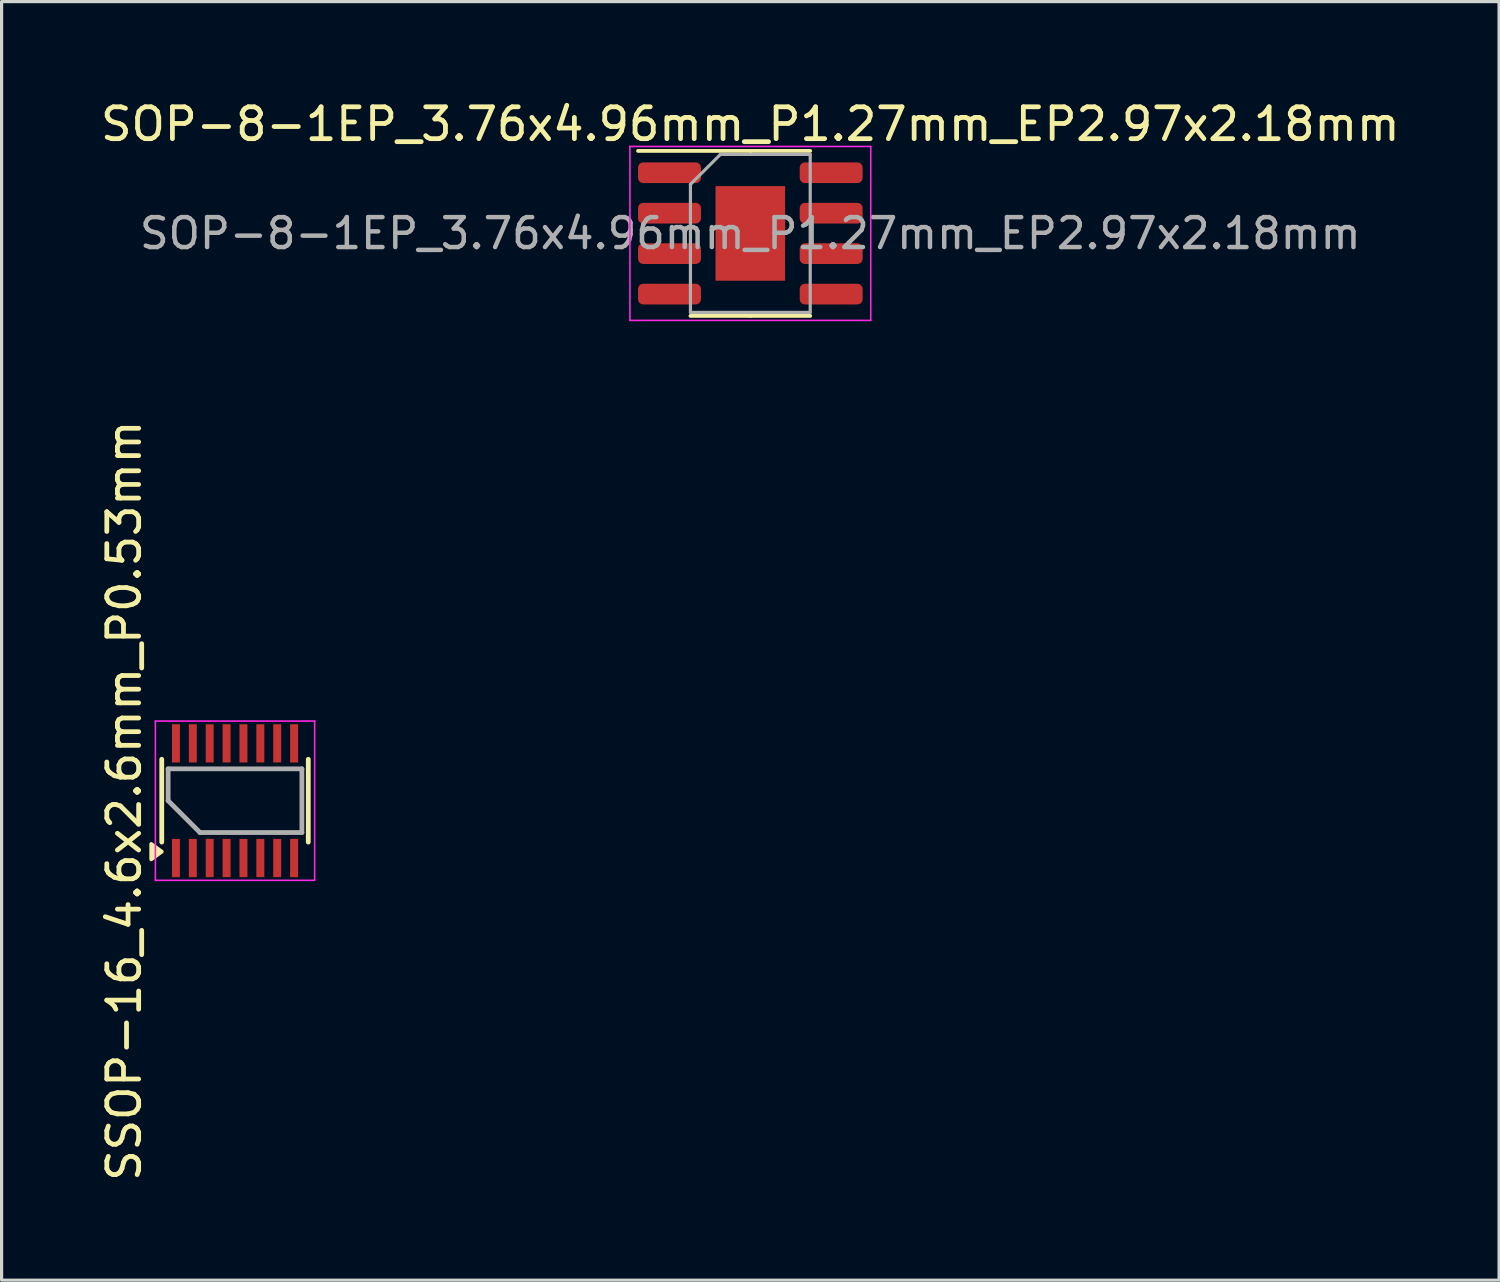
<source format=kicad_pcb>
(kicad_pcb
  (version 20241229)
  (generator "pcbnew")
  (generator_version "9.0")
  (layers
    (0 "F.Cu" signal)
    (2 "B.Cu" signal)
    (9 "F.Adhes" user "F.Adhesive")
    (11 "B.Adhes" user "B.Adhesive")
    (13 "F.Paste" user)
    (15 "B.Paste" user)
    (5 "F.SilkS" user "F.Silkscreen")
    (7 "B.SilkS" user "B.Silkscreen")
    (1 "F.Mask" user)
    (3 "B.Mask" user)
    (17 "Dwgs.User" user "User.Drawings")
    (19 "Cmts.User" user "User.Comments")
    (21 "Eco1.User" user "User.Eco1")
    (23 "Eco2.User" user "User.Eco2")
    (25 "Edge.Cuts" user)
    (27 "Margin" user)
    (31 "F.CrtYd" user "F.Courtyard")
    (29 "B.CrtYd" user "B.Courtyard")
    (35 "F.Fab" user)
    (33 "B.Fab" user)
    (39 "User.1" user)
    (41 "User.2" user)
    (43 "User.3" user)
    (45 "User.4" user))
  (footprint "SSOP-16_4.6x2.6mm_P0.53mm"
    (layer "F.Cu")
    (at 4.328 22.087)
    (property "Reference" "SSOP-16_4.6x2.6mm_P0.53mm" (at -3.48 0 90) (layer "F.SilkS") (effects (font (size 1 1) (thickness 0.15))))
    (attr smd)
    (fp_line (start -2.3 1.3) (end -2.3 -1.3) (stroke (width 0.15) (type solid)) (layer "F.SilkS"))
    (fp_line (start 2.3 1.3) (end 2.3 -1.3) (stroke (width 0.15) (type solid)) (layer "F.SilkS"))
    (fp_poly (pts (xy -2.3 1.6) (xy -2.63 1.84) (xy -2.63 1.36) (xy -2.3 1.6)) (stroke (width 0.12) (type solid)) (fill yes) (layer "F.SilkS"))
    (fp_line (start -2.5 -2.5) (end 2.5 -2.5) (stroke (width 0.05) (type default)) (layer "F.CrtYd"))
    (fp_line (start -2.5 2.5) (end -2.5 -2.5) (stroke (width 0.05) (type default)) (layer "F.CrtYd"))
    (fp_line (start 2.5 -2.5) (end 2.5 2.5) (stroke (width 0.05) (type default)) (layer "F.CrtYd"))
    (fp_line (start 2.5 2.5) (end -2.5 2.5) (stroke (width 0.05) (type default)) (layer "F.CrtYd"))
    (fp_line (start -2.1 -1) (end 2.1 -1) (stroke (width 0.15) (type solid)) (layer "F.Fab"))
    (fp_line (start -2.1 0) (end -2.1 -1) (stroke (width 0.15) (type solid)) (layer "F.Fab"))
    (fp_line (start -1.1 1) (end -2.1 0) (stroke (width 0.15) (type solid)) (layer "F.Fab"))
    (fp_line (start 2.1 -1) (end 2.1 1) (stroke (width 0.15) (type solid)) (layer "F.Fab"))
    (fp_line (start 2.1 1) (end -1.1 1) (stroke (width 0.15) (type solid)) (layer "F.Fab"))
    (pad "1" smd rect (at -1.855 1.8) (size 0.25 1.2) (layers "F.Cu" "F.Mask" "F.Paste"))
    (pad "2" smd rect (at -1.325 1.8) (size 0.25 1.2) (layers "F.Cu" "F.Mask" "F.Paste"))
    (pad "3" smd rect (at -0.795 1.8) (size 0.25 1.2) (layers "F.Cu" "F.Mask" "F.Paste"))
    (pad "4" smd rect (at -0.265 1.8) (size 0.25 1.2) (layers "F.Cu" "F.Mask" "F.Paste"))
    (pad "5" smd rect (at 0.265 1.8) (size 0.25 1.2) (layers "F.Cu" "F.Mask" "F.Paste"))
    (pad "6" smd rect (at 0.795 1.8) (size 0.25 1.2) (layers "F.Cu" "F.Mask" "F.Paste"))
    (pad "7" smd rect (at 1.325 1.8) (size 0.25 1.2) (layers "F.Cu" "F.Mask" "F.Paste"))
    (pad "8" smd rect (at 1.855 1.8) (size 0.25 1.2) (layers "F.Cu" "F.Mask" "F.Paste"))
    (pad "9" smd rect (at 1.855 -1.8) (size 0.25 1.2) (layers "F.Cu" "F.Mask" "F.Paste"))
    (pad "10" smd rect (at 1.325 -1.8) (size 0.25 1.2) (layers "F.Cu" "F.Mask" "F.Paste"))
    (pad "11" smd rect (at 0.795 -1.8) (size 0.25 1.2) (layers "F.Cu" "F.Mask" "F.Paste"))
    (pad "12" smd rect (at 0.265 -1.8) (size 0.25 1.2) (layers "F.Cu" "F.Mask" "F.Paste"))
    (pad "13" smd rect (at -0.265 -1.8) (size 0.25 1.2) (layers "F.Cu" "F.Mask" "F.Paste"))
    (pad "14" smd rect (at -0.795 -1.8) (size 0.25 1.2) (layers "F.Cu" "F.Mask" "F.Paste"))
    (pad "15" smd rect (at -1.325 -1.8) (size 0.25 1.2) (layers "F.Cu" "F.Mask" "F.Paste"))
    (pad "16" smd rect (at -1.855 -1.8) (size 0.25 1.2) (layers "F.Cu" "F.Mask" "F.Paste")))
  (footprint "SOP-8-1EP_3.76x4.96mm_P1.27mm_EP2.97x2.18mm"
    (layer "F.Cu")
    (at 20.506 4.278)
    (property "Reference" "SOP-8-1EP_3.76x4.96mm_P1.27mm_EP2.97x2.18mm" (at 0 -3.43 0) (layer "F.SilkS") (effects (font (size 1 1) (thickness 0.15))))
    (attr smd)
    (fp_line (start 0 -2.59) (end -3.525 -2.59) (stroke (width 0.12) (type solid)) (layer "F.SilkS"))
    (fp_line (start 0 -2.59) (end 1.88 -2.59) (stroke (width 0.12) (type solid)) (layer "F.SilkS"))
    (fp_line (start 0 2.59) (end -1.88 2.59) (stroke (width 0.12) (type solid)) (layer "F.SilkS"))
    (fp_line (start 0 2.59) (end 1.88 2.59) (stroke (width 0.12) (type solid)) (layer "F.SilkS"))
    (fp_line (start -3.78 -2.73) (end -3.78 2.73) (stroke (width 0.05) (type solid)) (layer "F.CrtYd"))
    (fp_line (start -3.78 2.73) (end 3.78 2.73) (stroke (width 0.05) (type solid)) (layer "F.CrtYd"))
    (fp_line (start 3.78 -2.73) (end -3.78 -2.73) (stroke (width 0.05) (type solid)) (layer "F.CrtYd"))
    (fp_line (start 3.78 2.73) (end 3.78 -2.73) (stroke (width 0.05) (type solid)) (layer "F.CrtYd"))
    (fp_line (start -1.88 -1.54) (end -0.94 -2.48) (stroke (width 0.1) (type solid)) (layer "F.Fab"))
    (fp_line (start -1.88 2.48) (end -1.88 -1.54) (stroke (width 0.1) (type solid)) (layer "F.Fab"))
    (fp_line (start -0.94 -2.48) (end 1.88 -2.48) (stroke (width 0.1) (type solid)) (layer "F.Fab"))
    (fp_line (start 1.88 -2.48) (end 1.88 2.48) (stroke (width 0.1) (type solid)) (layer "F.Fab"))
    (fp_line (start 1.88 2.48) (end -1.88 2.48) (stroke (width 0.1) (type solid)) (layer "F.Fab"))
    (fp_text user "${REFERENCE}" (at 0 0 0) (layer "F.Fab") (effects (font (size 0.94 0.94) (thickness 0.14))))
    (pad "1" smd roundrect (at -2.538 -1.905) (size 1.975 0.65) (layers "F.Cu" "F.Mask" "F.Paste") (roundrect_rratio 0.25))
    (pad "2" smd roundrect (at -2.538 -0.635) (size 1.975 0.65) (layers "F.Cu" "F.Mask" "F.Paste") (roundrect_rratio 0.25))
    (pad "3" smd roundrect (at -2.538 0.635) (size 1.975 0.65) (layers "F.Cu" "F.Mask" "F.Paste") (roundrect_rratio 0.25))
    (pad "4" smd roundrect (at -2.538 1.905) (size 1.975 0.65) (layers "F.Cu" "F.Mask" "F.Paste") (roundrect_rratio 0.25))
    (pad "5" smd roundrect (at 2.538 1.905) (size 1.975 0.65) (layers "F.Cu" "F.Mask" "F.Paste") (roundrect_rratio 0.25))
    (pad "6" smd roundrect (at 2.538 0.635) (size 1.975 0.65) (layers "F.Cu" "F.Mask" "F.Paste") (roundrect_rratio 0.25))
    (pad "7" smd roundrect (at 2.538 -0.635) (size 1.975 0.65) (layers "F.Cu" "F.Mask" "F.Paste") (roundrect_rratio 0.25))
    (pad "8" smd roundrect (at 2.538 -1.905) (size 1.975 0.65) (layers "F.Cu" "F.Mask" "F.Paste") (roundrect_rratio 0.25))
    (pad "9" smd rect (at 0 0 90) (size 2.971 2.184) (layers "F.Cu" "F.Mask" "F.Paste")))
  (gr_rect
    (start -3 -3)
    (end 44.012 37.14)
    (stroke (width 0.1) (type default))
    (fill no)
    (layer "Edge.Cuts")))
</source>
